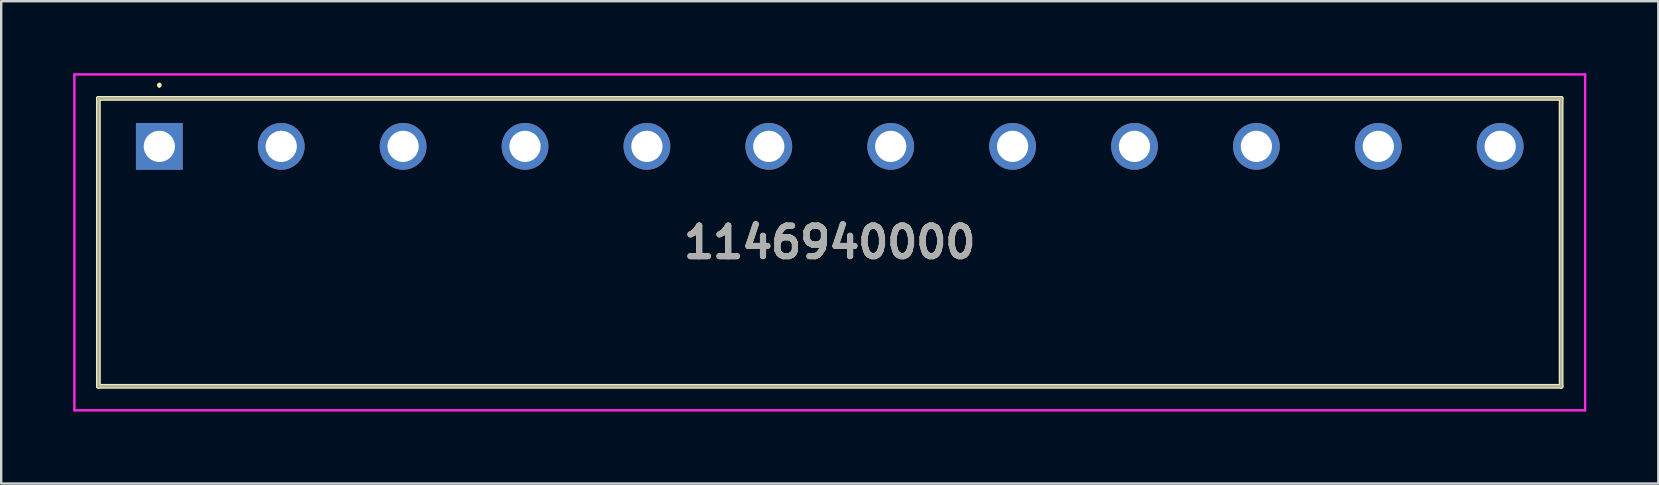
<source format=kicad_pcb>
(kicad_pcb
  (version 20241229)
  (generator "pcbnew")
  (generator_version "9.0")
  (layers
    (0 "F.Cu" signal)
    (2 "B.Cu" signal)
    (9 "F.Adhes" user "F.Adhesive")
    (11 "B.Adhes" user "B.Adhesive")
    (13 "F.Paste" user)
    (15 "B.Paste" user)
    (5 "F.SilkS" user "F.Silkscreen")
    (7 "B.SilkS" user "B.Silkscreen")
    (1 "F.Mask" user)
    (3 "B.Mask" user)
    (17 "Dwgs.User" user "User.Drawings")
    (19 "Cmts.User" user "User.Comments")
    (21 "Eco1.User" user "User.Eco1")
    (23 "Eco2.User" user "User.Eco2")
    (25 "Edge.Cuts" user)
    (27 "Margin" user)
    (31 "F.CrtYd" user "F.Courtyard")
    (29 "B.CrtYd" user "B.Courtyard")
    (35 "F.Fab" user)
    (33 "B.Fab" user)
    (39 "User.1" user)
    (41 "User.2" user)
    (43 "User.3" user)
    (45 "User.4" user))
  (footprint "1146940000"
    (layer "F.Cu")
    (at 3.59 3.05)
    (property "Reference" "1146940000" (at 27.94 4 0) (layer "F.SilkS") (effects (font (size 1.27 1.27) (thickness 0.254))))
    (attr through_hole)
    (fp_line (start -2.54 -2) (end -2.54 10) (stroke (width 0.2) (type solid)) (layer "F.SilkS"))
    (fp_line (start -2.54 10) (end 58.42 10) (stroke (width 0.2) (type solid)) (layer "F.SilkS"))
    (fp_line (start 0 -2.6) (end 0 -2.6) (stroke (width 0.1) (type solid)) (layer "F.SilkS"))
    (fp_line (start 0 -2.5) (end 0 -2.5) (stroke (width 0.1) (type solid)) (layer "F.SilkS"))
    (fp_line (start 58.42 -2) (end -2.54 -2) (stroke (width 0.2) (type solid)) (layer "F.SilkS"))
    (fp_line (start 58.42 10) (end 58.42 -2) (stroke (width 0.2) (type solid)) (layer "F.SilkS"))
    (fp_arc (start 0 -2.6) (mid 0.05 -2.55) (end 0 -2.5) (stroke (width 0.1) (type solid)) (layer "F.SilkS"))
    (fp_arc (start 0 -2.5) (mid -0.05 -2.55) (end 0 -2.6) (stroke (width 0.1) (type solid)) (layer "F.SilkS"))
    (fp_line (start -3.54 -3) (end 59.42 -3) (stroke (width 0.1) (type solid)) (layer "F.CrtYd"))
    (fp_line (start -3.54 11) (end -3.54 -3) (stroke (width 0.1) (type solid)) (layer "F.CrtYd"))
    (fp_line (start 59.42 -3) (end 59.42 11) (stroke (width 0.1) (type solid)) (layer "F.CrtYd"))
    (fp_line (start 59.42 11) (end -3.54 11) (stroke (width 0.1) (type solid)) (layer "F.CrtYd"))
    (fp_line (start -2.54 -2) (end -2.54 10) (stroke (width 0.1) (type solid)) (layer "F.Fab"))
    (fp_line (start -2.54 10) (end 58.42 10) (stroke (width 0.1) (type solid)) (layer "F.Fab"))
    (fp_line (start 58.42 -2) (end -2.54 -2) (stroke (width 0.1) (type solid)) (layer "F.Fab"))
    (fp_line (start 58.42 10) (end 58.42 -2) (stroke (width 0.1) (type solid)) (layer "F.Fab"))
    (fp_text user "${REFERENCE}" (at 27.94 4 0) (layer "F.Fab") (effects (font (size 1.27 1.27) (thickness 0.254))))
    (pad "1" thru_hole rect (at 0 0) (size 1.95 1.95) (drill 1.3) (layers "*.Cu" "*.Mask"))
    (pad "2" thru_hole circle (at 5.08 0) (size 1.95 1.95) (drill 1.3) (layers "*.Cu" "*.Mask"))
    (pad "3" thru_hole circle (at 10.16 0) (size 1.95 1.95) (drill 1.3) (layers "*.Cu" "*.Mask"))
    (pad "4" thru_hole circle (at 15.24 0) (size 1.95 1.95) (drill 1.3) (layers "*.Cu" "*.Mask"))
    (pad "5" thru_hole circle (at 20.32 0) (size 1.95 1.95) (drill 1.3) (layers "*.Cu" "*.Mask"))
    (pad "6" thru_hole circle (at 25.4 0) (size 1.95 1.95) (drill 1.3) (layers "*.Cu" "*.Mask"))
    (pad "7" thru_hole circle (at 30.48 0) (size 1.95 1.95) (drill 1.3) (layers "*.Cu" "*.Mask"))
    (pad "8" thru_hole circle (at 35.56 0) (size 1.95 1.95) (drill 1.3) (layers "*.Cu" "*.Mask"))
    (pad "9" thru_hole circle (at 40.64 0) (size 1.95 1.95) (drill 1.3) (layers "*.Cu" "*.Mask"))
    (pad "10" thru_hole circle (at 45.72 0) (size 1.95 1.95) (drill 1.3) (layers "*.Cu" "*.Mask"))
    (pad "11" thru_hole circle (at 50.8 0) (size 1.95 1.95) (drill 1.3) (layers "*.Cu" "*.Mask"))
    (pad "12" thru_hole circle (at 55.88 0) (size 1.95 1.95) (drill 1.3) (layers "*.Cu" "*.Mask")))
  (gr_rect
    (start -3 -3)
    (end 66.06 17.1)
    (stroke (width 0.1) (type default))
    (fill no)
    (layer "Edge.Cuts")))
</source>
